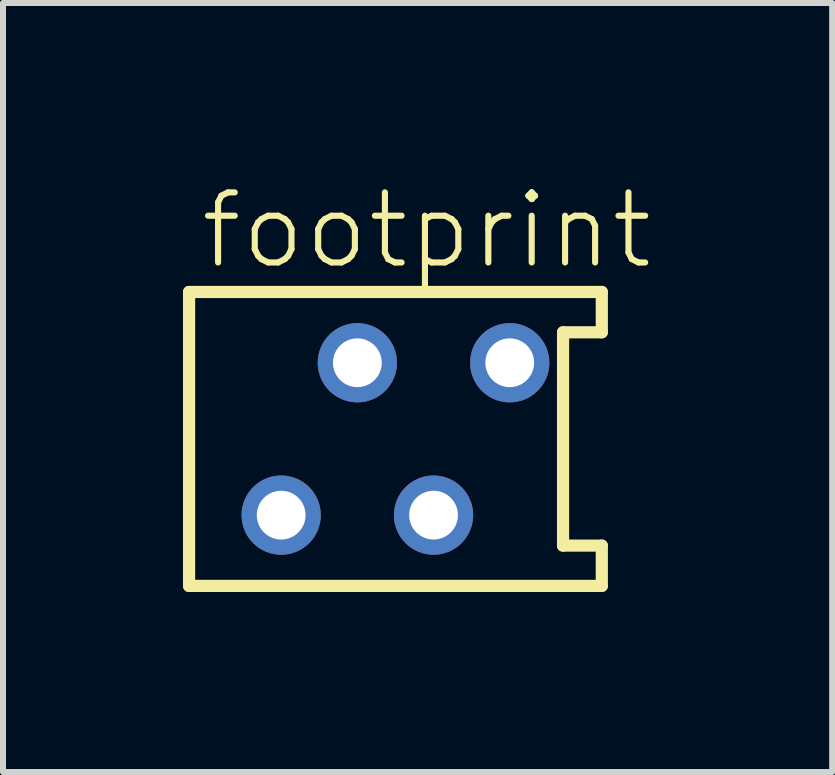
<source format=kicad_pcb>
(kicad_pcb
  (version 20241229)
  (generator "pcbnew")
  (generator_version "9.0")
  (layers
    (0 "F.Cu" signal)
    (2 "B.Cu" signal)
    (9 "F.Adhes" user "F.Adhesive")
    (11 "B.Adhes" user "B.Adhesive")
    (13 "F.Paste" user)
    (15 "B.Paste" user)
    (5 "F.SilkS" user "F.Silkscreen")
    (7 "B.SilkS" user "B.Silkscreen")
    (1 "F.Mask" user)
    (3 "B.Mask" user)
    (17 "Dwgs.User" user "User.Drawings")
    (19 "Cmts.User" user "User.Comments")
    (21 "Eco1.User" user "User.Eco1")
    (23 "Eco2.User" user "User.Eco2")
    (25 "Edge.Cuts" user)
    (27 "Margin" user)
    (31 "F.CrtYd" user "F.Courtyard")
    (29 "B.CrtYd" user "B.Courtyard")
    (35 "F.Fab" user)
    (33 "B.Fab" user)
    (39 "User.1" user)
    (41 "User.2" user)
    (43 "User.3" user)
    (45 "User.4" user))
  (footprint "footprint"
    (layer "F.Cu")
    (at 3.542 4.267)
    (property "Reference" "footprint" (at -3.302 -2.794 0) (layer "F.SilkS") (effects (font (size 1.168 1.168) (thickness 0.102)) (justify left bottom)))
    (fp_line (start -3.44 -2.45) (end -3.44 2.45) (stroke (width 0.203) (type solid)) (layer "F.SilkS"))
    (fp_line (start -3.44 2.45) (end 3.44 2.45) (stroke (width 0.203) (type solid)) (layer "F.SilkS"))
    (fp_line (start 2.794 -1.778) (end 3.44 -1.778) (stroke (width 0.203) (type solid)) (layer "F.SilkS"))
    (fp_line (start 2.794 1.778) (end 2.794 -1.778) (stroke (width 0.203) (type solid)) (layer "F.SilkS"))
    (fp_line (start 3.44 -2.45) (end -3.44 -2.45) (stroke (width 0.203) (type solid)) (layer "F.SilkS"))
    (fp_line (start 3.44 -1.778) (end 3.44 -2.45) (stroke (width 0.203) (type solid)) (layer "F.SilkS"))
    (fp_line (start 3.44 1.778) (end 2.794 1.778) (stroke (width 0.203) (type solid)) (layer "F.SilkS"))
    (fp_line (start 3.44 2.45) (end 3.44 1.778) (stroke (width 0.203) (type solid)) (layer "F.SilkS"))
    (pad "1" thru_hole circle (at -1.905 1.27) (size 1.321 1.321) (drill 0.813) (layers "*.Cu" "*.Mask"))
    (pad "2" thru_hole circle (at -0.635 -1.27) (size 1.321 1.321) (drill 0.813) (layers "*.Cu" "*.Mask"))
    (pad "3" thru_hole circle (at 0.635 1.27) (size 1.321 1.321) (drill 0.813) (layers "*.Cu" "*.Mask"))
    (pad "4" thru_hole circle (at 1.905 -1.27) (size 1.321 1.321) (drill 0.813) (layers "*.Cu" "*.Mask")))
  (gr_rect
    (start -3 -3)
    (end 10.822 9.819)
    (stroke (width 0.1) (type default))
    (fill no)
    (layer "Edge.Cuts")))
</source>
